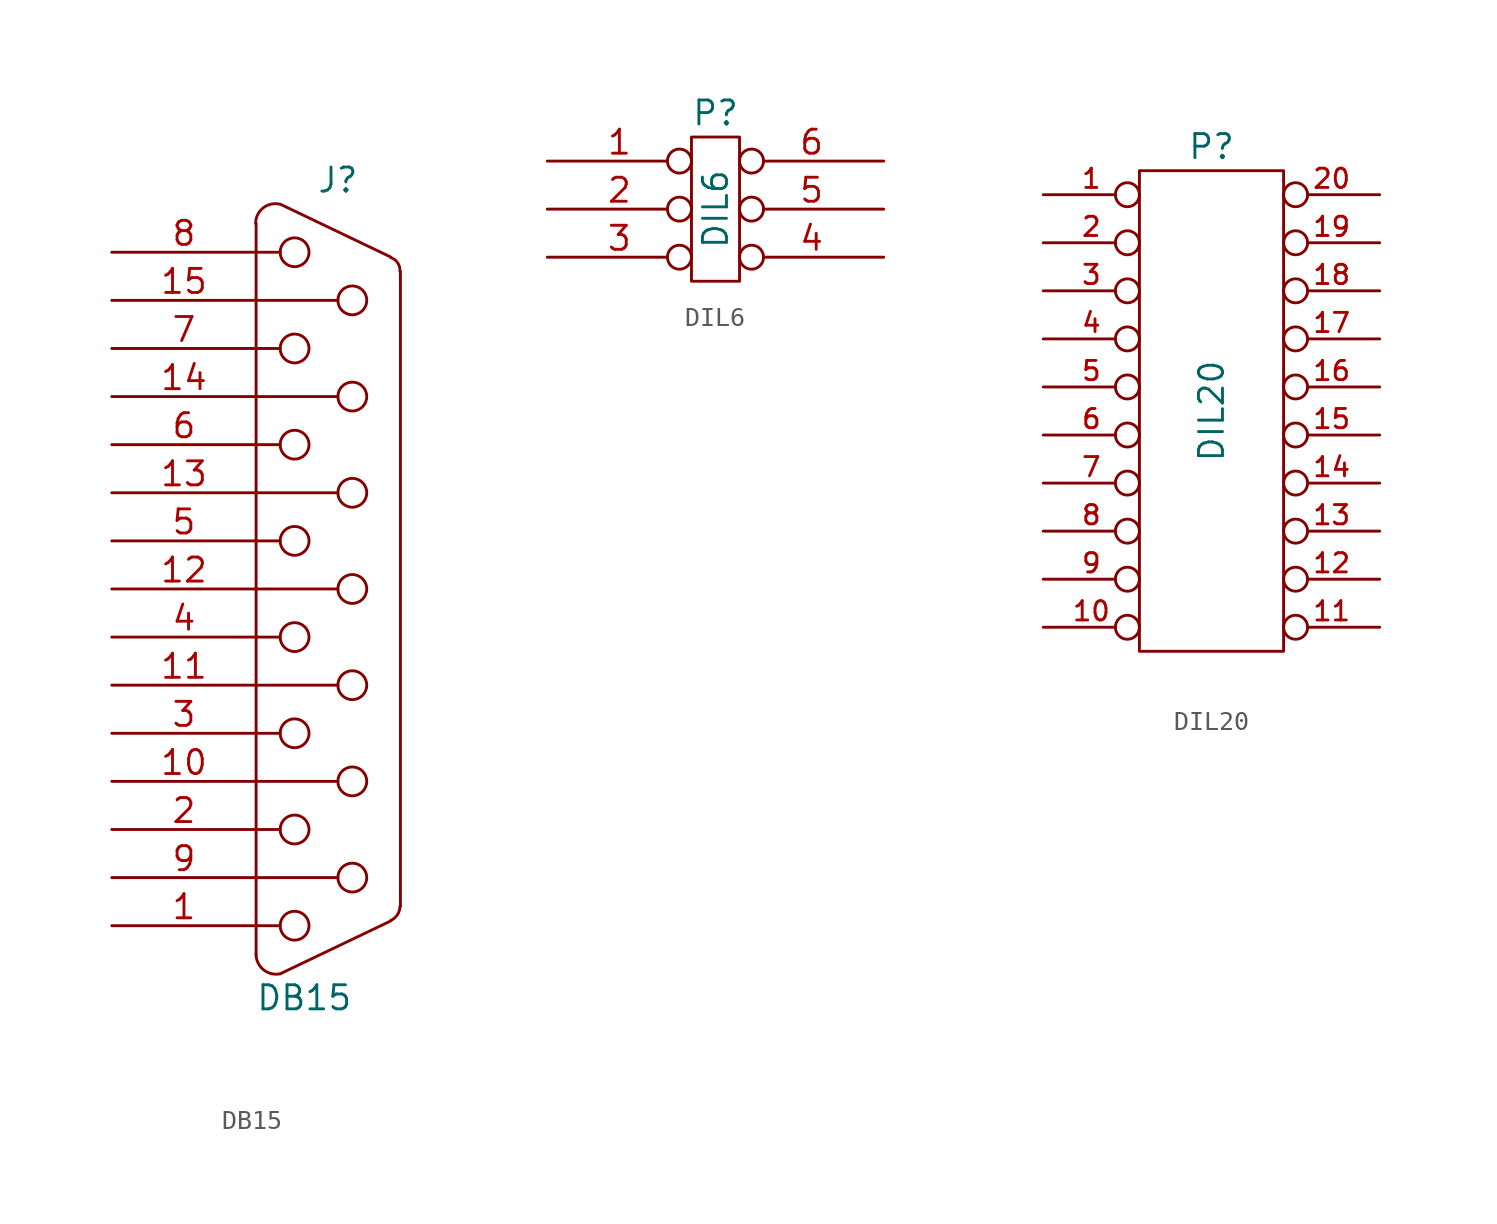
<source format=kicad_sym>
(kicad_symbol_lib
  (version 20211014)
  (generator kicad_symbol_editor)
  (symbol "DB15"
    (pin_names
      (offset 1.016) hide)
    (property "Reference" "J"
      (at 0.508 21.59 0)
      (effects (font (size 1.27 1.27))))
    (property "Value" "DB15"
      (at -1.27 -21.59 0)
      (effects (font (size 1.27 1.27))))
    (property "Footprint" ""
      (at 0 0 0)
      (effects (font (size 1.27 1.27))))
    (property "Datasheet" ""
      (at 0 0 0)
      (effects (font (size 1.27 1.27))))
    (symbol "DB15_0_1"
      (arc (start -3.81 -19.304) (mid -3.4118 -20.1103) (end -2.54 -20.32) (stroke (width 0) (type default) (color 0 0 0 0)) (fill (type none)))
      (arc (start -2.5654 20.32) (mid -3.4446 20.1172) (end -3.8354 19.304) (stroke (width 0) (type default) (color 0 0 0 0)) (fill (type none)))
      (circle (center -1.778 -17.78) (radius 0.762) (stroke (width 0) (type default) (color 0 0 0 0)) (fill (type none)))
      (circle (center -1.778 -12.7) (radius 0.762) (stroke (width 0) (type default) (color 0 0 0 0)) (fill (type none)))
      (circle (center -1.778 -7.62) (radius 0.762) (stroke (width 0) (type default) (color 0 0 0 0)) (fill (type none)))
      (circle (center -1.778 -2.54) (radius 0.762) (stroke (width 0) (type default) (color 0 0 0 0)) (fill (type none)))
      (circle (center -1.778 2.54) (radius 0.762) (stroke (width 0) (type default) (color 0 0 0 0)) (fill (type none)))
      (circle (center -1.778 7.62) (radius 0.762) (stroke (width 0) (type default) (color 0 0 0 0)) (fill (type none)))
      (circle (center -1.778 12.7) (radius 0.762) (stroke (width 0) (type default) (color 0 0 0 0)) (fill (type none)))
      (circle (center -1.778 17.78) (radius 0.762) (stroke (width 0) (type default) (color 0 0 0 0)) (fill (type none)))
      (polyline (pts (xy -3.81 -19.304) (xy -3.81 19.304)) (stroke (width 0) (type default) (color 0 0 0 0)) (fill (type none)))
      (polyline (pts (xy -3.81 -17.78) (xy -2.54 -17.78)) (stroke (width 0) (type default) (color 0 0 0 0)) (fill (type none)))
      (polyline (pts (xy -3.81 -15.24) (xy 0.508 -15.24)) (stroke (width 0) (type default) (color 0 0 0 0)) (fill (type none)))
      (polyline (pts (xy -3.81 -12.7) (xy -2.54 -12.7)) (stroke (width 0) (type default) (color 0 0 0 0)) (fill (type none)))
      (polyline (pts (xy -3.81 -10.16) (xy 0.508 -10.16)) (stroke (width 0) (type default) (color 0 0 0 0)) (fill (type none)))
      (polyline (pts (xy -3.81 -7.62) (xy -2.54 -7.62)) (stroke (width 0) (type default) (color 0 0 0 0)) (fill (type none)))
      (polyline (pts (xy -3.81 -5.08) (xy 0.508 -5.08)) (stroke (width 0) (type default) (color 0 0 0 0)) (fill (type none)))
      (polyline (pts (xy -3.81 -2.54) (xy -2.54 -2.54)) (stroke (width 0) (type default) (color 0 0 0 0)) (fill (type none)))
      (polyline (pts (xy -3.81 0) (xy 0.508 0)) (stroke (width 0) (type default) (color 0 0 0 0)) (fill (type none)))
      (polyline (pts (xy -3.81 2.54) (xy -2.54 2.54)) (stroke (width 0) (type default) (color 0 0 0 0)) (fill (type none)))
      (polyline (pts (xy -3.81 5.08) (xy 0.508 5.08)) (stroke (width 0) (type default) (color 0 0 0 0)) (fill (type none)))
      (polyline (pts (xy -3.81 7.62) (xy -2.54 7.62)) (stroke (width 0) (type default) (color 0 0 0 0)) (fill (type none)))
      (polyline (pts (xy -3.81 10.16) (xy 0.508 10.16)) (stroke (width 0) (type default) (color 0 0 0 0)) (fill (type none)))
      (polyline (pts (xy -3.81 12.7) (xy -2.54 12.7)) (stroke (width 0) (type default) (color 0 0 0 0)) (fill (type none)))
      (polyline (pts (xy -3.81 15.24) (xy 0.508 15.24)) (stroke (width 0) (type default) (color 0 0 0 0)) (fill (type none)))
      (polyline (pts (xy -3.81 17.78) (xy -2.54 17.78)) (stroke (width 0) (type default) (color 0 0 0 0)) (fill (type none)))
      (polyline (pts (xy 3.302 -17.526) (xy -2.54 -20.32)) (stroke (width 0) (type default) (color 0 0 0 0)) (fill (type none)))
      (polyline (pts (xy 3.302 17.526) (xy -2.54 20.32)) (stroke (width 0) (type default) (color 0 0 0 0)) (fill (type none)))
      (polyline (pts (xy 3.81 -16.764) (xy 3.81 16.764)) (stroke (width 0) (type default) (color 0 0 0 0)) (fill (type none)))
      (circle (center 1.27 -15.24) (radius 0.762) (stroke (width 0) (type default) (color 0 0 0 0)) (fill (type none)))
      (circle (center 1.27 -10.16) (radius 0.762) (stroke (width 0) (type default) (color 0 0 0 0)) (fill (type none)))
      (circle (center 1.27 -5.08) (radius 0.762) (stroke (width 0) (type default) (color 0 0 0 0)) (fill (type none)))
      (circle (center 1.27 0) (radius 0.762) (stroke (width 0) (type default) (color 0 0 0 0)) (fill (type none)))
      (circle (center 1.27 5.08) (radius 0.762) (stroke (width 0) (type default) (color 0 0 0 0)) (fill (type none)))
      (circle (center 1.27 10.16) (radius 0.762) (stroke (width 0) (type default) (color 0 0 0 0)) (fill (type none)))
      (circle (center 1.27 15.24) (radius 0.762) (stroke (width 0) (type default) (color 0 0 0 0)) (fill (type none)))
      (arc (start 3.302 -17.5006) (mid 3.6494 -17.2028) (end 3.7846 -16.764) (stroke (width 0) (type default) (color 0 0 0 0)) (fill (type none)))
      (arc (start 3.7846 16.764) (mid 3.6682 17.2155) (end 3.302 17.5006) (stroke (width 0) (type default) (color 0 0 0 0)) (fill (type none))))
    (symbol "DB15_1_1"
      (pin passive line (at -11.43 -17.78 0) (length 7.62) (name "1" (effects (font (size 1.27 1.27)))) (number "1" (effects (font (size 1.27 1.27)))))
      (pin passive line (at -11.43 -10.16 0) (length 7.62) (name "P10" (effects (font (size 1.27 1.27)))) (number "10" (effects (font (size 1.27 1.27)))))
      (pin passive line (at -11.43 -5.08 0) (length 7.62) (name "P111" (effects (font (size 1.27 1.27)))) (number "11" (effects (font (size 1.27 1.27)))))
      (pin passive line (at -11.43 0 0) (length 7.62) (name "P12" (effects (font (size 1.27 1.27)))) (number "12" (effects (font (size 1.27 1.27)))))
      (pin passive line (at -11.43 5.08 0) (length 7.62) (name "P13" (effects (font (size 1.27 1.27)))) (number "13" (effects (font (size 1.27 1.27)))))
      (pin passive line (at -11.43 10.16 0) (length 7.62) (name "P14" (effects (font (size 1.27 1.27)))) (number "14" (effects (font (size 1.27 1.27)))))
      (pin passive line (at -11.43 15.24 0) (length 7.62) (name "P15" (effects (font (size 1.27 1.27)))) (number "15" (effects (font (size 1.27 1.27)))))
      (pin passive line (at -11.43 -12.7 0) (length 7.62) (name "2" (effects (font (size 1.27 1.27)))) (number "2" (effects (font (size 1.27 1.27)))))
      (pin passive line (at -11.43 -7.62 0) (length 7.62) (name "3" (effects (font (size 1.27 1.27)))) (number "3" (effects (font (size 1.27 1.27)))))
      (pin passive line (at -11.43 -2.54 0) (length 7.62) (name "4" (effects (font (size 1.27 1.27)))) (number "4" (effects (font (size 1.27 1.27)))))
      (pin passive line (at -11.43 2.54 0) (length 7.62) (name "5" (effects (font (size 1.27 1.27)))) (number "5" (effects (font (size 1.27 1.27)))))
      (pin passive line (at -11.43 7.62 0) (length 7.62) (name "6" (effects (font (size 1.27 1.27)))) (number "6" (effects (font (size 1.27 1.27)))))
      (pin passive line (at -11.43 12.7 0) (length 7.62) (name "7" (effects (font (size 1.27 1.27)))) (number "7" (effects (font (size 1.27 1.27)))))
      (pin passive line (at -11.43 17.78 0) (length 7.62) (name "8" (effects (font (size 1.27 1.27)))) (number "8" (effects (font (size 1.27 1.27)))))
      (pin passive line (at -11.43 -15.24 0) (length 7.62) (name "P9" (effects (font (size 1.27 1.27)))) (number "9" (effects (font (size 1.27 1.27)))))))
  (symbol "DIL6"
    (pin_names
      (offset 1.016) hide)
    (property "Reference" "P"
      (at 0 5.08 0)
      (effects (font (size 1.27 1.27))))
    (property "Value" "DIL6"
      (at 0 0 90)
      (effects (font (size 1.27 1.27))))
    (property "Footprint" ""
      (at 0 0 0)
      (effects (font (size 1.27 1.27))))
    (property "Datasheet" ""
      (at 0 0 0)
      (effects (font (size 1.27 1.27))))
    (symbol "DIL6_0_1"
      (rectangle (start -1.27 3.81) (end 1.27 -3.81) (stroke (width 0) (type default) (color 0 0 0 0)) (fill (type none))))
    (symbol "DIL6_1_1"
      (pin passive inverted (at -8.89 2.54 0) (length 7.62) (name "P1" (effects (font (size 1.27 1.27)))) (number "1" (effects (font (size 1.27 1.27)))))
      (pin passive inverted (at -8.89 0 0) (length 7.62) (name "P2" (effects (font (size 1.27 1.27)))) (number "2" (effects (font (size 1.27 1.27)))))
      (pin passive inverted (at -8.89 -2.54 0) (length 7.62) (name "P3" (effects (font (size 1.27 1.27)))) (number "3" (effects (font (size 1.27 1.27)))))
      (pin passive inverted (at 8.89 -2.54 180) (length 7.62) (name "P4" (effects (font (size 1.27 1.27)))) (number "4" (effects (font (size 1.27 1.27)))))
      (pin passive inverted (at 8.89 0 180) (length 7.62) (name "P5" (effects (font (size 1.27 1.27)))) (number "5" (effects (font (size 1.27 1.27)))))
      (pin passive inverted (at 8.89 2.54 180) (length 7.62) (name "P6" (effects (font (size 1.27 1.27)))) (number "6" (effects (font (size 1.27 1.27)))))))
  (symbol "DIL20"
    (pin_names
      (offset 1.016) hide)
    (property "Reference" "P"
      (at 0 13.97 0)
      (effects (font (size 1.27 1.27))))
    (property "Value" "DIL20"
      (at 0 0 90)
      (effects (font (size 1.27 1.27))))
    (property "Footprint" ""
      (at 0 0 0)
      (effects (font (size 1.27 1.27))))
    (property "Datasheet" ""
      (at 0 0 0)
      (effects (font (size 1.27 1.27))))
    (symbol "DIL20_0_1"
      (rectangle (start -3.81 12.7) (end 3.81 -12.7) (stroke (width 0) (type default) (color 0 0 0 0)) (fill (type none))))
    (symbol "DIL20_1_1"
      (pin passive inverted (at -8.89 11.43 0) (length 5.08) (name "P1" (effects (font (size 1.016 1.016)))) (number "1" (effects (font (size 1.016 1.016)))))
      (pin passive inverted (at -8.89 -11.43 0) (length 5.08) (name "P10" (effects (font (size 1.016 1.016)))) (number "10" (effects (font (size 1.016 1.016)))))
      (pin passive inverted (at 8.89 -11.43 180) (length 5.08) (name "P11" (effects (font (size 1.016 1.016)))) (number "11" (effects (font (size 1.016 1.016)))))
      (pin passive inverted (at 8.89 -8.89 180) (length 5.08) (name "P12" (effects (font (size 1.016 1.016)))) (number "12" (effects (font (size 1.016 1.016)))))
      (pin passive inverted (at 8.89 -6.35 180) (length 5.08) (name "P13" (effects (font (size 1.016 1.016)))) (number "13" (effects (font (size 1.016 1.016)))))
      (pin passive inverted (at 8.89 -3.81 180) (length 5.08) (name "P14" (effects (font (size 1.016 1.016)))) (number "14" (effects (font (size 1.016 1.016)))))
      (pin passive inverted (at 8.89 -1.27 180) (length 5.08) (name "P15" (effects (font (size 1.016 1.016)))) (number "15" (effects (font (size 1.016 1.016)))))
      (pin passive inverted (at 8.89 1.27 180) (length 5.08) (name "P16" (effects (font (size 1.016 1.016)))) (number "16" (effects (font (size 1.016 1.016)))))
      (pin passive inverted (at 8.89 3.81 180) (length 5.08) (name "P17" (effects (font (size 1.016 1.016)))) (number "17" (effects (font (size 1.016 1.016)))))
      (pin passive inverted (at 8.89 6.35 180) (length 5.08) (name "P18" (effects (font (size 1.016 1.016)))) (number "18" (effects (font (size 1.016 1.016)))))
      (pin passive inverted (at 8.89 8.89 180) (length 5.08) (name "P19" (effects (font (size 1.016 1.016)))) (number "19" (effects (font (size 1.016 1.016)))))
      (pin passive inverted (at -8.89 8.89 0) (length 5.08) (name "P2" (effects (font (size 1.016 1.016)))) (number "2" (effects (font (size 1.016 1.016)))))
      (pin passive inverted (at 8.89 11.43 180) (length 5.08) (name "P20" (effects (font (size 1.016 1.016)))) (number "20" (effects (font (size 1.016 1.016)))))
      (pin passive inverted (at -8.89 6.35 0) (length 5.08) (name "P3" (effects (font (size 1.016 1.016)))) (number "3" (effects (font (size 1.016 1.016)))))
      (pin passive inverted (at -8.89 3.81 0) (length 5.08) (name "P4" (effects (font (size 1.016 1.016)))) (number "4" (effects (font (size 1.016 1.016)))))
      (pin passive inverted (at -8.89 1.27 0) (length 5.08) (name "P5" (effects (font (size 1.016 1.016)))) (number "5" (effects (font (size 1.016 1.016)))))
      (pin passive inverted (at -8.89 -1.27 0) (length 5.08) (name "P6" (effects (font (size 1.016 1.016)))) (number "6" (effects (font (size 1.016 1.016)))))
      (pin passive inverted (at -8.89 -3.81 0) (length 5.08) (name "P7" (effects (font (size 1.016 1.016)))) (number "7" (effects (font (size 1.016 1.016)))))
      (pin passive inverted (at -8.89 -6.35 0) (length 5.08) (name "P8" (effects (font (size 1.016 1.016)))) (number "8" (effects (font (size 1.016 1.016)))))
      (pin passive inverted (at -8.89 -8.89 0) (length 5.08) (name "P9" (effects (font (size 1.016 1.016)))) (number "9" (effects (font (size 1.016 1.016))))))))
</source>
